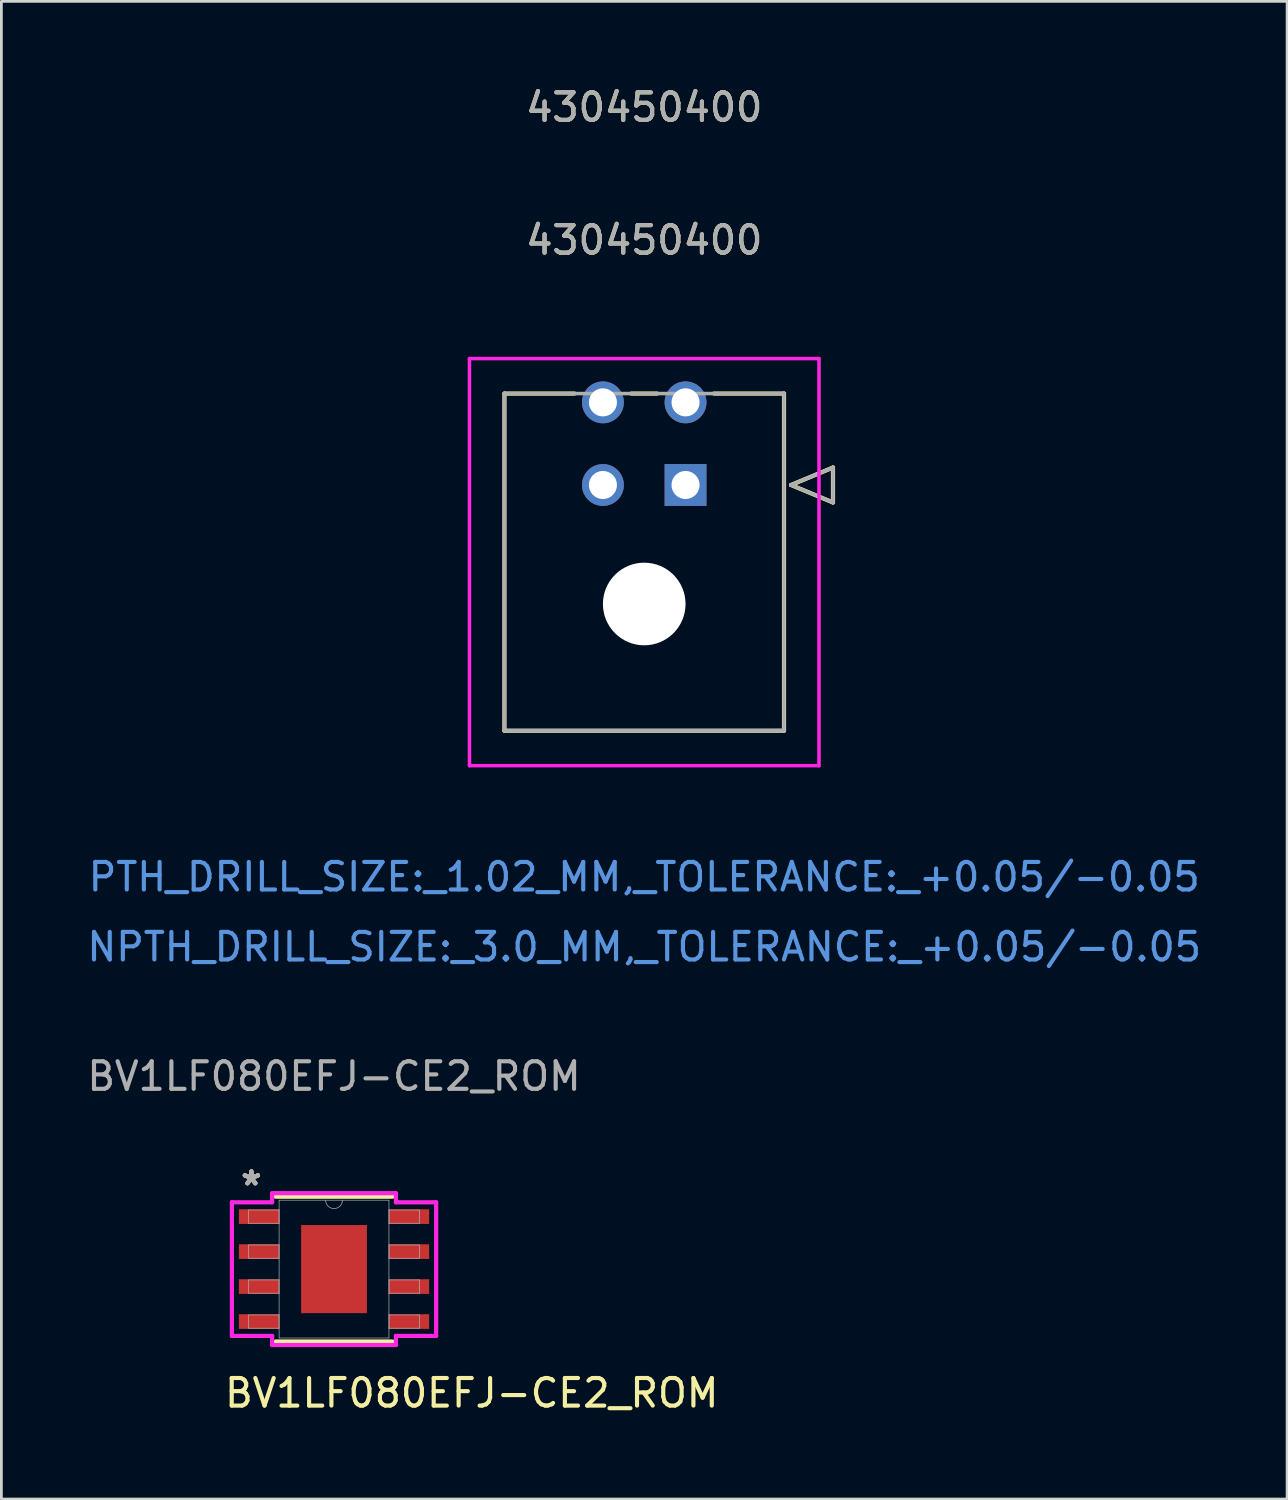
<source format=kicad_pcb>
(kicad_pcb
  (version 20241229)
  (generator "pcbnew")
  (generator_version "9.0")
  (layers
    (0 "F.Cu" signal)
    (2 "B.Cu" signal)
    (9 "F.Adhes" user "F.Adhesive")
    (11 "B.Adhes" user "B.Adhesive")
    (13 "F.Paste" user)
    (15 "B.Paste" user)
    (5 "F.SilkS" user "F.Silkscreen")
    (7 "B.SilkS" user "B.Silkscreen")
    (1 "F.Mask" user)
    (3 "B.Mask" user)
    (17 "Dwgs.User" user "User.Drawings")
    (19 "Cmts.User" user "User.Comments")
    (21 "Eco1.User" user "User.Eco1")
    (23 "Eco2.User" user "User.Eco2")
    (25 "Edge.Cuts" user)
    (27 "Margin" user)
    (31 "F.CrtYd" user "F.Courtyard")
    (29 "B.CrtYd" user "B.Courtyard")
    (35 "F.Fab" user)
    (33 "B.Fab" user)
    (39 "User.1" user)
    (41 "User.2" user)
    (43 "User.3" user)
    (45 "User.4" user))
  (footprint "BV1LF080EFJ-CE2_ROM"
    (layer "F.Cu")
    (at 9.077 43.025)
    (property "Reference" "BV1LF080EFJ-CE2_ROM" (at 5 4.5 0) (unlocked yes) (layer "F.SilkS") (effects (font (size 1 1) (thickness 0.15))))
    (attr smd)
    (fp_line (start -2.121 2.629) (end 2.121 2.629) (stroke (width 0.152) (type solid)) (layer "F.SilkS"))
    (fp_line (start 2.121 -2.629) (end -2.121 -2.629) (stroke (width 0.152) (type solid)) (layer "F.SilkS"))
    (fp_poly (pts (xy -1.094 -1.5) (xy -1.094 -0.1) (xy 1.094 -0.1) (xy 1.094 -1.5)) (stroke (width 0) (type solid)) (fill yes) (layer "F.Paste"))
    (fp_poly (pts (xy -1.094 0.1) (xy -1.094 1.5) (xy 1.094 1.5) (xy 1.094 0.1)) (stroke (width 0) (type solid)) (fill yes) (layer "F.Paste"))
    (fp_line (start -3.708 -2.426) (end -2.248 -2.426) (stroke (width 0.152) (type solid)) (layer "F.CrtYd"))
    (fp_line (start -3.708 2.426) (end -3.708 -2.426) (stroke (width 0.152) (type solid)) (layer "F.CrtYd"))
    (fp_line (start -3.708 2.426) (end -2.248 2.426) (stroke (width 0.152) (type solid)) (layer "F.CrtYd"))
    (fp_line (start -2.248 -2.756) (end 2.248 -2.756) (stroke (width 0.152) (type solid)) (layer "F.CrtYd"))
    (fp_line (start -2.248 -2.426) (end -2.248 -2.756) (stroke (width 0.152) (type solid)) (layer "F.CrtYd"))
    (fp_line (start -2.248 2.756) (end -2.248 2.426) (stroke (width 0.152) (type solid)) (layer "F.CrtYd"))
    (fp_line (start 2.248 -2.756) (end 2.248 -2.426) (stroke (width 0.152) (type solid)) (layer "F.CrtYd"))
    (fp_line (start 2.248 2.426) (end 2.248 2.756) (stroke (width 0.152) (type solid)) (layer "F.CrtYd"))
    (fp_line (start 2.248 2.756) (end -2.248 2.756) (stroke (width 0.152) (type solid)) (layer "F.CrtYd"))
    (fp_line (start 3.708 -2.426) (end 2.248 -2.426) (stroke (width 0.152) (type solid)) (layer "F.CrtYd"))
    (fp_line (start 3.708 -2.426) (end 3.708 2.426) (stroke (width 0.152) (type solid)) (layer "F.CrtYd"))
    (fp_line (start 3.708 2.426) (end 2.248 2.426) (stroke (width 0.152) (type solid)) (layer "F.CrtYd"))
    (fp_line (start -3.099 -2.146) (end -3.099 -1.664) (stroke (width 0.025) (type solid)) (layer "F.Fab"))
    (fp_line (start -3.099 -1.664) (end -1.994 -1.664) (stroke (width 0.025) (type solid)) (layer "F.Fab"))
    (fp_line (start -3.099 -0.876) (end -3.099 -0.394) (stroke (width 0.025) (type solid)) (layer "F.Fab"))
    (fp_line (start -3.099 -0.394) (end -1.994 -0.394) (stroke (width 0.025) (type solid)) (layer "F.Fab"))
    (fp_line (start -3.099 0.394) (end -3.099 0.876) (stroke (width 0.025) (type solid)) (layer "F.Fab"))
    (fp_line (start -3.099 0.876) (end -1.994 0.876) (stroke (width 0.025) (type solid)) (layer "F.Fab"))
    (fp_line (start -3.099 1.664) (end -3.099 2.146) (stroke (width 0.025) (type solid)) (layer "F.Fab"))
    (fp_line (start -3.099 2.146) (end -1.994 2.146) (stroke (width 0.025) (type solid)) (layer "F.Fab"))
    (fp_line (start -1.994 -2.502) (end -1.994 2.502) (stroke (width 0.025) (type solid)) (layer "F.Fab"))
    (fp_line (start -1.994 -2.146) (end -3.099 -2.146) (stroke (width 0.025) (type solid)) (layer "F.Fab"))
    (fp_line (start -1.994 -1.664) (end -1.994 -2.146) (stroke (width 0.025) (type solid)) (layer "F.Fab"))
    (fp_line (start -1.994 -0.876) (end -3.099 -0.876) (stroke (width 0.025) (type solid)) (layer "F.Fab"))
    (fp_line (start -1.994 -0.394) (end -1.994 -0.876) (stroke (width 0.025) (type solid)) (layer "F.Fab"))
    (fp_line (start -1.994 0.394) (end -3.099 0.394) (stroke (width 0.025) (type solid)) (layer "F.Fab"))
    (fp_line (start -1.994 0.876) (end -1.994 0.394) (stroke (width 0.025) (type solid)) (layer "F.Fab"))
    (fp_line (start -1.994 1.664) (end -3.099 1.664) (stroke (width 0.025) (type solid)) (layer "F.Fab"))
    (fp_line (start -1.994 2.146) (end -1.994 1.664) (stroke (width 0.025) (type solid)) (layer "F.Fab"))
    (fp_line (start -1.994 2.502) (end 1.994 2.502) (stroke (width 0.025) (type solid)) (layer "F.Fab"))
    (fp_line (start 1.994 -2.502) (end -1.994 -2.502) (stroke (width 0.025) (type solid)) (layer "F.Fab"))
    (fp_line (start 1.994 -2.146) (end 1.994 -1.664) (stroke (width 0.025) (type solid)) (layer "F.Fab"))
    (fp_line (start 1.994 -1.664) (end 3.099 -1.664) (stroke (width 0.025) (type solid)) (layer "F.Fab"))
    (fp_line (start 1.994 -0.876) (end 1.994 -0.394) (stroke (width 0.025) (type solid)) (layer "F.Fab"))
    (fp_line (start 1.994 -0.394) (end 3.099 -0.394) (stroke (width 0.025) (type solid)) (layer "F.Fab"))
    (fp_line (start 1.994 0.394) (end 1.994 0.876) (stroke (width 0.025) (type solid)) (layer "F.Fab"))
    (fp_line (start 1.994 0.876) (end 3.099 0.876) (stroke (width 0.025) (type solid)) (layer "F.Fab"))
    (fp_line (start 1.994 1.664) (end 1.994 2.146) (stroke (width 0.025) (type solid)) (layer "F.Fab"))
    (fp_line (start 1.994 2.146) (end 3.099 2.146) (stroke (width 0.025) (type solid)) (layer "F.Fab"))
    (fp_line (start 1.994 2.502) (end 1.994 -2.502) (stroke (width 0.025) (type solid)) (layer "F.Fab"))
    (fp_line (start 3.099 -2.146) (end 1.994 -2.146) (stroke (width 0.025) (type solid)) (layer "F.Fab"))
    (fp_line (start 3.099 -1.664) (end 3.099 -2.146) (stroke (width 0.025) (type solid)) (layer "F.Fab"))
    (fp_line (start 3.099 -0.876) (end 1.994 -0.876) (stroke (width 0.025) (type solid)) (layer "F.Fab"))
    (fp_line (start 3.099 -0.394) (end 3.099 -0.876) (stroke (width 0.025) (type solid)) (layer "F.Fab"))
    (fp_line (start 3.099 0.394) (end 1.994 0.394) (stroke (width 0.025) (type solid)) (layer "F.Fab"))
    (fp_line (start 3.099 0.876) (end 3.099 0.394) (stroke (width 0.025) (type solid)) (layer "F.Fab"))
    (fp_line (start 3.099 1.664) (end 1.994 1.664) (stroke (width 0.025) (type solid)) (layer "F.Fab"))
    (fp_line (start 3.099 2.146) (end 3.099 1.664) (stroke (width 0.025) (type solid)) (layer "F.Fab"))
    (fp_arc (start 0.3048 -2.5019) (mid 0 -2.1971) (end -0.3048 -2.5019) (stroke (width 0.0254) (type solid)) (layer "F.Fab"))
    (fp_text user "*" (at -3 -3 0) (layer "F.SilkS") (effects (font (size 1 1) (thickness 0.15))))
    (fp_text user "*" (at -3 -3 0) (unlocked yes) (layer "F.SilkS") (effects (font (size 1 1) (thickness 0.15))))
    (fp_text user "*" (at -3 -3 0) (unlocked yes) (layer "F.Fab") (effects (font (size 1 1) (thickness 0.15))))
    (fp_text user "${REFERENCE}" (at 0 -7 0) (unlocked yes) (layer "F.Fab") (effects (font (size 1 1) (thickness 0.15))))
    (fp_text user "*" (at -3 -3 0) (layer "F.Fab") (effects (font (size 1 1) (thickness 0.15))))
    (pad "1" smd rect (at -2.724 -1.905) (size 1.46 0.533) (layers "F.Cu" "F.Mask" "F.Paste"))
    (pad "2" smd rect (at -2.724 -0.635) (size 1.46 0.533) (layers "F.Cu" "F.Mask" "F.Paste"))
    (pad "3" smd rect (at -2.724 0.635) (size 1.46 0.533) (layers "F.Cu" "F.Mask" "F.Paste"))
    (pad "4" smd rect (at -2.724 1.905) (size 1.46 0.533) (layers "F.Cu" "F.Mask" "F.Paste"))
    (pad "5" smd rect (at 2.724 1.905) (size 1.46 0.533) (layers "F.Cu" "F.Mask" "F.Paste"))
    (pad "6" smd rect (at 2.724 0.635) (size 1.46 0.533) (layers "F.Cu" "F.Mask" "F.Paste"))
    (pad "7" smd rect (at 2.724 -0.635) (size 1.46 0.533) (layers "F.Cu" "F.Mask" "F.Paste"))
    (pad "8" smd rect (at 2.724 -1.905) (size 1.46 0.533) (layers "F.Cu" "F.Mask" "F.Paste"))
    (pad "EPAD" smd rect (at 0 0) (size 2.388 3.2) (layers "F.Cu" "F.Mask")))
  (footprint "430450400"
    (layer "F.Cu")
    (at 21.839 14.558)
    (property "Reference" "430450400" (at -1.5 -8.89 0) (unlocked yes) (layer "F.SilkS") (effects (font (size 1 1) (thickness 0.15))))
    (attr through_hole)
    (fp_line (start -6.575 -3.32) (end -6.575 8.92) (stroke (width 0.152) (type solid)) (layer "F.SilkS"))
    (fp_line (start -6.575 8.92) (end 3.575 8.92) (stroke (width 0.152) (type solid)) (layer "F.SilkS"))
    (fp_line (start -4.032 -3.32) (end -6.575 -3.32) (stroke (width 0.152) (type solid)) (layer "F.SilkS"))
    (fp_line (start -1.032 -3.32) (end -1.968 -3.32) (stroke (width 0.152) (type solid)) (layer "F.SilkS"))
    (fp_line (start 3.575 -3.32) (end 1.032 -3.32) (stroke (width 0.152) (type solid)) (layer "F.SilkS"))
    (fp_line (start 3.575 8.92) (end 3.575 -3.32) (stroke (width 0.152) (type solid)) (layer "F.SilkS"))
    (fp_line (start 3.829 0) (end 5.353 -0.635) (stroke (width 0.152) (type solid)) (layer "F.SilkS"))
    (fp_line (start 5.353 -0.635) (end 5.353 0.635) (stroke (width 0.152) (type solid)) (layer "F.SilkS"))
    (fp_line (start 5.353 0.635) (end 3.829 0) (stroke (width 0.152) (type solid)) (layer "F.SilkS"))
    (fp_line (start -7.845 -4.59) (end -7.845 10.19) (stroke (width 0.127) (type solid)) (layer "F.CrtYd"))
    (fp_line (start -7.845 10.19) (end 4.845 10.19) (stroke (width 0.127) (type solid)) (layer "F.CrtYd"))
    (fp_line (start 4.845 -4.59) (end -7.845 -4.59) (stroke (width 0.127) (type solid)) (layer "F.CrtYd"))
    (fp_line (start 4.845 10.19) (end 4.845 -4.59) (stroke (width 0.127) (type solid)) (layer "F.CrtYd"))
    (fp_line (start -6.575 -3.32) (end -6.575 8.92) (stroke (width 0.127) (type solid)) (layer "F.Fab"))
    (fp_line (start -6.575 8.92) (end 3.575 8.92) (stroke (width 0.127) (type solid)) (layer "F.Fab"))
    (fp_line (start 3.575 -3.32) (end -6.575 -3.32) (stroke (width 0.127) (type solid)) (layer "F.Fab"))
    (fp_line (start 3.575 8.92) (end 3.575 -3.32) (stroke (width 0.127) (type solid)) (layer "F.Fab"))
    (fp_line (start 3.829 0) (end 5.353 -0.635) (stroke (width 0.127) (type solid)) (layer "F.Fab"))
    (fp_line (start 5.353 -0.635) (end 5.353 0.635) (stroke (width 0.127) (type solid)) (layer "F.Fab"))
    (fp_line (start 5.353 0.635) (end 3.829 0) (stroke (width 0.127) (type solid)) (layer "F.Fab"))
    (fp_text user "430450400" (at -1.5 -13.71 0) (unlocked yes) (layer "F.SilkS") (effects (font (size 1 1) (thickness 0.15))))
    (fp_text user "PTH_DRILL_SIZE:_1.02_MM,_TOLERANCE:_+0.05/-0.05" (at -1.5 14.23 0) (unlocked yes) (layer "Cmts.User") (effects (font (size 1 1) (thickness 0.15))))
    (fp_text user "NPTH_DRILL_SIZE:_3.0_MM,_TOLERANCE:_+0.05/-0.05" (at -1.5 16.77 0) (unlocked yes) (layer "Cmts.User") (effects (font (size 1 1) (thickness 0.15))))
    (fp_text user "${REFERENCE}" (at -1.5 -8.89 0) (unlocked yes) (layer "F.Fab") (effects (font (size 1 1) (thickness 0.15))))
    (fp_text user "430450400" (at -1.5 -13.71 0) (unlocked yes) (layer "F.Fab") (effects (font (size 1 1) (thickness 0.15))))
    (pad "" np_thru_hole circle (at -1.5 4.32) (size 3 3) (drill 3) (layers "*.Cu" "*.Mask"))
    (pad "1" thru_hole rect (at 0 0) (size 1.52 1.52) (drill 1.02) (layers "*.Cu" "*.Mask"))
    (pad "2" thru_hole circle (at -3 0) (size 1.52 1.52) (drill 1.02) (layers "*.Cu" "*.Mask"))
    (pad "3" thru_hole circle (at 0 -3) (size 1.52 1.52) (drill 1.02) (layers "*.Cu" "*.Mask"))
    (pad "4" thru_hole circle (at -3 -3) (size 1.52 1.52) (drill 1.02) (layers "*.Cu" "*.Mask")))
  (gr_rect
    (start -3 -3)
    (end 43.679 51.373)
    (stroke (width 0.1) (type default))
    (fill no)
    (layer "Edge.Cuts")))
</source>
